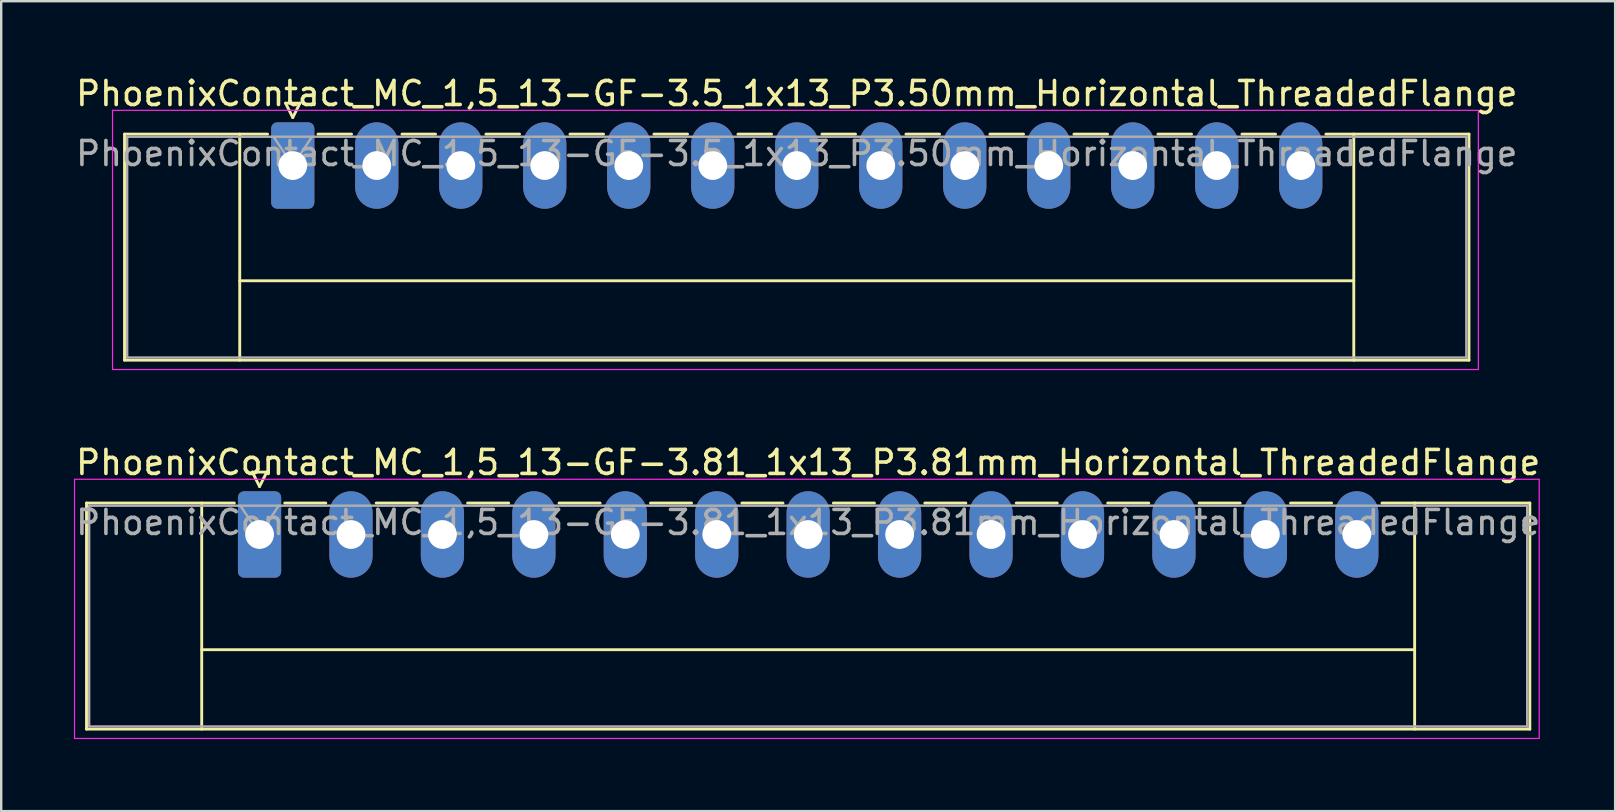
<source format=kicad_pcb>
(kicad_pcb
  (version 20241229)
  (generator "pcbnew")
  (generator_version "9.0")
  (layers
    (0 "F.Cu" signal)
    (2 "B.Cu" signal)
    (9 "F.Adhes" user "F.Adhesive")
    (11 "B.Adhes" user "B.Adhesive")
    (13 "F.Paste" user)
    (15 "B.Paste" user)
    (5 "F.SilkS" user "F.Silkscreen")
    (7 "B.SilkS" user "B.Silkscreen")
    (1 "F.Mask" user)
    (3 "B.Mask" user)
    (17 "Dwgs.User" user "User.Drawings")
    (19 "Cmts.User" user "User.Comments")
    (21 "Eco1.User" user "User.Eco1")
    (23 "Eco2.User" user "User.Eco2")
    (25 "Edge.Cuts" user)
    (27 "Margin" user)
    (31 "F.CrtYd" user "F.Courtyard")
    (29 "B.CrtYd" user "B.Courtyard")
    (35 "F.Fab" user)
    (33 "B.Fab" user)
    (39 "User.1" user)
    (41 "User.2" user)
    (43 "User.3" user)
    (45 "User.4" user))
  (footprint "PhoenixContact_MC_1,5_13-GF-3.5_1x13_P3.50mm_Horizontal_ThreadedFlange"
    (layer "F.Cu")
    (at 9.149 3.848)
    (property "Reference" "PhoenixContact_MC_1,5_13-GF-3.5_1x13_P3.50mm_Horizontal_ThreadedFlange" (at 21 -3 0) (layer "F.SilkS") (effects (font (size 1 1) (thickness 0.15))))
    (attr through_hole)
    (fp_line (start -7.01 -1.31) (end -7.01 8.11) (stroke (width 0.12) (type solid)) (layer "F.SilkS"))
    (fp_line (start -7.01 -1.31) (end -1.05 -1.31) (stroke (width 0.12) (type solid)) (layer "F.SilkS"))
    (fp_line (start -7.01 8.11) (end 49.01 8.11) (stroke (width 0.12) (type solid)) (layer "F.SilkS"))
    (fp_line (start -2.21 -1.31) (end -2.21 8.11) (stroke (width 0.12) (type solid)) (layer "F.SilkS"))
    (fp_line (start -2.21 4.8) (end 44.21 4.8) (stroke (width 0.12) (type solid)) (layer "F.SilkS"))
    (fp_line (start -0.3 -2.6) (end 0.3 -2.6) (stroke (width 0.12) (type solid)) (layer "F.SilkS"))
    (fp_line (start 0 -2) (end -0.3 -2.6) (stroke (width 0.12) (type solid)) (layer "F.SilkS"))
    (fp_line (start 0.3 -2.6) (end 0 -2) (stroke (width 0.12) (type solid)) (layer "F.SilkS"))
    (fp_line (start 1.05 -1.31) (end 2.45 -1.31) (stroke (width 0.12) (type solid)) (layer "F.SilkS"))
    (fp_line (start 4.55 -1.31) (end 5.95 -1.31) (stroke (width 0.12) (type solid)) (layer "F.SilkS"))
    (fp_line (start 8.05 -1.31) (end 9.45 -1.31) (stroke (width 0.12) (type solid)) (layer "F.SilkS"))
    (fp_line (start 11.55 -1.31) (end 12.95 -1.31) (stroke (width 0.12) (type solid)) (layer "F.SilkS"))
    (fp_line (start 15.05 -1.31) (end 16.45 -1.31) (stroke (width 0.12) (type solid)) (layer "F.SilkS"))
    (fp_line (start 18.55 -1.31) (end 19.95 -1.31) (stroke (width 0.12) (type solid)) (layer "F.SilkS"))
    (fp_line (start 22.05 -1.31) (end 23.45 -1.31) (stroke (width 0.12) (type solid)) (layer "F.SilkS"))
    (fp_line (start 25.55 -1.31) (end 26.95 -1.31) (stroke (width 0.12) (type solid)) (layer "F.SilkS"))
    (fp_line (start 29.05 -1.31) (end 30.45 -1.31) (stroke (width 0.12) (type solid)) (layer "F.SilkS"))
    (fp_line (start 32.55 -1.31) (end 33.95 -1.31) (stroke (width 0.12) (type solid)) (layer "F.SilkS"))
    (fp_line (start 36.05 -1.31) (end 37.45 -1.31) (stroke (width 0.12) (type solid)) (layer "F.SilkS"))
    (fp_line (start 39.55 -1.31) (end 40.95 -1.31) (stroke (width 0.12) (type solid)) (layer "F.SilkS"))
    (fp_line (start 44.21 -1.31) (end 44.21 8.11) (stroke (width 0.12) (type solid)) (layer "F.SilkS"))
    (fp_line (start 49.01 -1.31) (end 43.05 -1.31) (stroke (width 0.12) (type solid)) (layer "F.SilkS"))
    (fp_line (start 49.01 8.11) (end 49.01 -1.31) (stroke (width 0.12) (type solid)) (layer "F.SilkS"))
    (fp_line (start -7.51 -2.3) (end -7.51 8.5) (stroke (width 0.05) (type solid)) (layer "F.CrtYd"))
    (fp_line (start -7.51 8.5) (end 49.4 8.5) (stroke (width 0.05) (type solid)) (layer "F.CrtYd"))
    (fp_line (start 49.4 -2.3) (end -7.51 -2.3) (stroke (width 0.05) (type solid)) (layer "F.CrtYd"))
    (fp_line (start 49.4 8.5) (end 49.4 -2.3) (stroke (width 0.05) (type solid)) (layer "F.CrtYd"))
    (fp_line (start -6.9 -1.2) (end -6.9 8) (stroke (width 0.1) (type solid)) (layer "F.Fab"))
    (fp_line (start -6.9 8) (end 48.9 8) (stroke (width 0.1) (type solid)) (layer "F.Fab"))
    (fp_line (start 0 0) (end -0.8 -1.2) (stroke (width 0.1) (type solid)) (layer "F.Fab"))
    (fp_line (start 0.8 -1.2) (end 0 0) (stroke (width 0.1) (type solid)) (layer "F.Fab"))
    (fp_line (start 48.9 -1.2) (end -6.9 -1.2) (stroke (width 0.1) (type solid)) (layer "F.Fab"))
    (fp_line (start 48.9 8) (end 48.9 -1.2) (stroke (width 0.1) (type solid)) (layer "F.Fab"))
    (fp_text user "${REFERENCE}" (at 21 -0.5 0) (layer "F.Fab") (effects (font (size 1 1) (thickness 0.15))))
    (pad "1" thru_hole roundrect (at 0 0) (size 1.8 3.6) (drill 1.2) (layers "*.Cu" "*.Mask") (roundrect_rratio 0.139))
    (pad "2" thru_hole oval (at 3.5 0) (size 1.8 3.6) (drill 1.2) (layers "*.Cu" "*.Mask"))
    (pad "3" thru_hole oval (at 7 0) (size 1.8 3.6) (drill 1.2) (layers "*.Cu" "*.Mask"))
    (pad "4" thru_hole oval (at 10.5 0) (size 1.8 3.6) (drill 1.2) (layers "*.Cu" "*.Mask"))
    (pad "5" thru_hole oval (at 14 0) (size 1.8 3.6) (drill 1.2) (layers "*.Cu" "*.Mask"))
    (pad "6" thru_hole oval (at 17.5 0) (size 1.8 3.6) (drill 1.2) (layers "*.Cu" "*.Mask"))
    (pad "7" thru_hole oval (at 21 0) (size 1.8 3.6) (drill 1.2) (layers "*.Cu" "*.Mask"))
    (pad "8" thru_hole oval (at 24.5 0) (size 1.8 3.6) (drill 1.2) (layers "*.Cu" "*.Mask"))
    (pad "9" thru_hole oval (at 28 0) (size 1.8 3.6) (drill 1.2) (layers "*.Cu" "*.Mask"))
    (pad "10" thru_hole oval (at 31.5 0) (size 1.8 3.6) (drill 1.2) (layers "*.Cu" "*.Mask"))
    (pad "11" thru_hole oval (at 35 0) (size 1.8 3.6) (drill 1.2) (layers "*.Cu" "*.Mask"))
    (pad "12" thru_hole oval (at 38.5 0) (size 1.8 3.6) (drill 1.2) (layers "*.Cu" "*.Mask"))
    (pad "13" thru_hole oval (at 42 0) (size 1.8 3.6) (drill 1.2) (layers "*.Cu" "*.Mask")))
  (footprint "PhoenixContact_MC_1,5_13-GF-3.81_1x13_P3.81mm_Horizontal_ThreadedFlange"
    (layer "F.Cu")
    (at 7.765 19.221)
    (property "Reference" "PhoenixContact_MC_1,5_13-GF-3.81_1x13_P3.81mm_Horizontal_ThreadedFlange" (at 22.86 -3 0) (layer "F.SilkS") (effects (font (size 1 1) (thickness 0.15))))
    (attr through_hole)
    (fp_line (start -7.21 -1.31) (end -7.21 8.11) (stroke (width 0.12) (type solid)) (layer "F.SilkS"))
    (fp_line (start -7.21 -1.31) (end -1.05 -1.31) (stroke (width 0.12) (type solid)) (layer "F.SilkS"))
    (fp_line (start -7.21 8.11) (end 52.93 8.11) (stroke (width 0.12) (type solid)) (layer "F.SilkS"))
    (fp_line (start -2.41 -1.31) (end -2.41 8.11) (stroke (width 0.12) (type solid)) (layer "F.SilkS"))
    (fp_line (start -2.41 4.8) (end 48.13 4.8) (stroke (width 0.12) (type solid)) (layer "F.SilkS"))
    (fp_line (start -0.3 -2.6) (end 0.3 -2.6) (stroke (width 0.12) (type solid)) (layer "F.SilkS"))
    (fp_line (start 0 -2) (end -0.3 -2.6) (stroke (width 0.12) (type solid)) (layer "F.SilkS"))
    (fp_line (start 0.3 -2.6) (end 0 -2) (stroke (width 0.12) (type solid)) (layer "F.SilkS"))
    (fp_line (start 1.05 -1.31) (end 2.76 -1.31) (stroke (width 0.12) (type solid)) (layer "F.SilkS"))
    (fp_line (start 4.86 -1.31) (end 6.57 -1.31) (stroke (width 0.12) (type solid)) (layer "F.SilkS"))
    (fp_line (start 8.67 -1.31) (end 10.38 -1.31) (stroke (width 0.12) (type solid)) (layer "F.SilkS"))
    (fp_line (start 12.48 -1.31) (end 14.19 -1.31) (stroke (width 0.12) (type solid)) (layer "F.SilkS"))
    (fp_line (start 16.29 -1.31) (end 18 -1.31) (stroke (width 0.12) (type solid)) (layer "F.SilkS"))
    (fp_line (start 20.1 -1.31) (end 21.81 -1.31) (stroke (width 0.12) (type solid)) (layer "F.SilkS"))
    (fp_line (start 23.91 -1.31) (end 25.62 -1.31) (stroke (width 0.12) (type solid)) (layer "F.SilkS"))
    (fp_line (start 27.72 -1.31) (end 29.43 -1.31) (stroke (width 0.12) (type solid)) (layer "F.SilkS"))
    (fp_line (start 31.53 -1.31) (end 33.24 -1.31) (stroke (width 0.12) (type solid)) (layer "F.SilkS"))
    (fp_line (start 35.34 -1.31) (end 37.05 -1.31) (stroke (width 0.12) (type solid)) (layer "F.SilkS"))
    (fp_line (start 39.15 -1.31) (end 40.86 -1.31) (stroke (width 0.12) (type solid)) (layer "F.SilkS"))
    (fp_line (start 42.96 -1.31) (end 44.67 -1.31) (stroke (width 0.12) (type solid)) (layer "F.SilkS"))
    (fp_line (start 48.13 -1.31) (end 48.13 8.11) (stroke (width 0.12) (type solid)) (layer "F.SilkS"))
    (fp_line (start 52.93 -1.31) (end 46.77 -1.31) (stroke (width 0.12) (type solid)) (layer "F.SilkS"))
    (fp_line (start 52.93 8.11) (end 52.93 -1.31) (stroke (width 0.12) (type solid)) (layer "F.SilkS"))
    (fp_line (start -7.71 -2.3) (end -7.71 8.5) (stroke (width 0.05) (type solid)) (layer "F.CrtYd"))
    (fp_line (start -7.71 8.5) (end 53.32 8.5) (stroke (width 0.05) (type solid)) (layer "F.CrtYd"))
    (fp_line (start 53.32 -2.3) (end -7.71 -2.3) (stroke (width 0.05) (type solid)) (layer "F.CrtYd"))
    (fp_line (start 53.32 8.5) (end 53.32 -2.3) (stroke (width 0.05) (type solid)) (layer "F.CrtYd"))
    (fp_line (start -7.1 -1.2) (end -7.1 8) (stroke (width 0.1) (type solid)) (layer "F.Fab"))
    (fp_line (start -7.1 8) (end 52.82 8) (stroke (width 0.1) (type solid)) (layer "F.Fab"))
    (fp_line (start 0 0) (end -0.8 -1.2) (stroke (width 0.1) (type solid)) (layer "F.Fab"))
    (fp_line (start 0.8 -1.2) (end 0 0) (stroke (width 0.1) (type solid)) (layer "F.Fab"))
    (fp_line (start 52.82 -1.2) (end -7.1 -1.2) (stroke (width 0.1) (type solid)) (layer "F.Fab"))
    (fp_line (start 52.82 8) (end 52.82 -1.2) (stroke (width 0.1) (type solid)) (layer "F.Fab"))
    (fp_text user "${REFERENCE}" (at 22.86 -0.5 0) (layer "F.Fab") (effects (font (size 1 1) (thickness 0.15))))
    (pad "1" thru_hole roundrect (at 0 0) (size 1.8 3.6) (drill 1.2) (layers "*.Cu" "*.Mask") (roundrect_rratio 0.139))
    (pad "2" thru_hole oval (at 3.81 0) (size 1.8 3.6) (drill 1.2) (layers "*.Cu" "*.Mask"))
    (pad "3" thru_hole oval (at 7.62 0) (size 1.8 3.6) (drill 1.2) (layers "*.Cu" "*.Mask"))
    (pad "4" thru_hole oval (at 11.43 0) (size 1.8 3.6) (drill 1.2) (layers "*.Cu" "*.Mask"))
    (pad "5" thru_hole oval (at 15.24 0) (size 1.8 3.6) (drill 1.2) (layers "*.Cu" "*.Mask"))
    (pad "6" thru_hole oval (at 19.05 0) (size 1.8 3.6) (drill 1.2) (layers "*.Cu" "*.Mask"))
    (pad "7" thru_hole oval (at 22.86 0) (size 1.8 3.6) (drill 1.2) (layers "*.Cu" "*.Mask"))
    (pad "8" thru_hole oval (at 26.67 0) (size 1.8 3.6) (drill 1.2) (layers "*.Cu" "*.Mask"))
    (pad "9" thru_hole oval (at 30.48 0) (size 1.8 3.6) (drill 1.2) (layers "*.Cu" "*.Mask"))
    (pad "10" thru_hole oval (at 34.29 0) (size 1.8 3.6) (drill 1.2) (layers "*.Cu" "*.Mask"))
    (pad "11" thru_hole oval (at 38.1 0) (size 1.8 3.6) (drill 1.2) (layers "*.Cu" "*.Mask"))
    (pad "12" thru_hole oval (at 41.91 0) (size 1.8 3.6) (drill 1.2) (layers "*.Cu" "*.Mask"))
    (pad "13" thru_hole oval (at 45.72 0) (size 1.8 3.6) (drill 1.2) (layers "*.Cu" "*.Mask")))
  (gr_rect
    (start -3 -3)
    (end 64.25 30.747)
    (stroke (width 0.1) (type default))
    (fill no)
    (layer "Edge.Cuts")))
</source>
